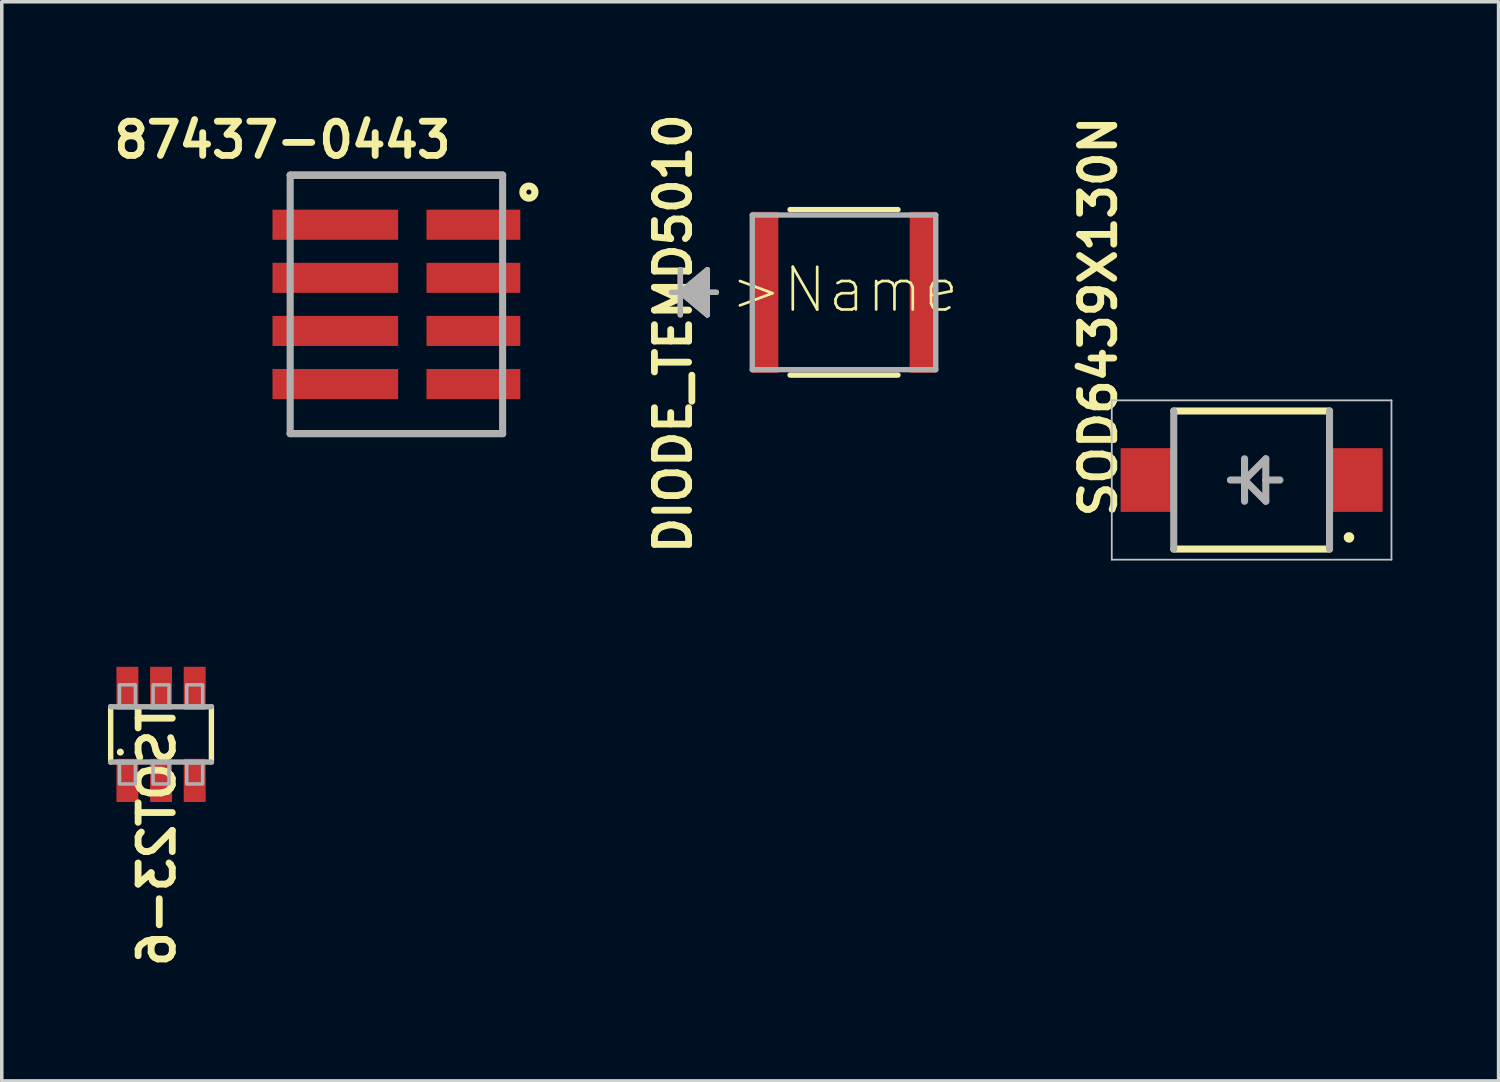
<source format=kicad_pcb>
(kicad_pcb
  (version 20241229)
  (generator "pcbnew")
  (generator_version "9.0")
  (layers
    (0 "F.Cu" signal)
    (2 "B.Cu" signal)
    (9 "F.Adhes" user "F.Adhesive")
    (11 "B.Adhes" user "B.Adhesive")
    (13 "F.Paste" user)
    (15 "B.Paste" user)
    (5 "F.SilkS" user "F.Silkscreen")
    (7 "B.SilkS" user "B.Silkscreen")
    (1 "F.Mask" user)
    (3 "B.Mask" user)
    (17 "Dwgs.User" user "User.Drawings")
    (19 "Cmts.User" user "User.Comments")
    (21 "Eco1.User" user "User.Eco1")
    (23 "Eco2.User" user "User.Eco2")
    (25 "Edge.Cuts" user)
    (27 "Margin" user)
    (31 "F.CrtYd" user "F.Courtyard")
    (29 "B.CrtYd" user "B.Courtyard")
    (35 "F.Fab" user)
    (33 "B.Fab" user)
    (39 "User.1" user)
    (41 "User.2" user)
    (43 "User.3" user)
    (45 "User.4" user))
  (footprint "87437-0443"
    (layer "F.Cu")
    (at 10.321 5.547)
    (property "Reference" "87437-0443" (at -5.394 -4.644 0) (layer "F.SilkS") (effects (font (size 0.965 0.965) (thickness 0.193))))
    (attr through_hole)
    (fp_line (start -5.175 -3.65) (end 0.825 -3.65) (stroke (width 0.2) (type solid)) (layer "F.SilkS"))
    (fp_line (start -5.175 3.65) (end 0.825 3.65) (stroke (width 0.2) (type solid)) (layer "F.SilkS"))
    (fp_circle (center 1.567 -3.171) (end 1.638 -3.171) (stroke (width 0.2) (type solid)) (fill no) (layer "F.SilkS"))
    (fp_line (start -5.175 -3.65) (end 0.825 -3.65) (stroke (width 0.2) (type solid)) (layer "F.Fab"))
    (fp_line (start -5.175 3.65) (end -5.175 -3.65) (stroke (width 0.2) (type solid)) (layer "F.Fab"))
    (fp_line (start 0.825 -3.65) (end 0.825 3.65) (stroke (width 0.2) (type solid)) (layer "F.Fab"))
    (fp_line (start 0.825 3.65) (end -5.175 3.65) (stroke (width 0.2) (type solid)) (layer "F.Fab"))
    (pad "1" smd rect (at 0 -2.25) (size 2.65 0.85) (layers "F.Cu" "F.Mask" "F.Paste"))
    (pad "2" smd rect (at 0 -0.75) (size 2.65 0.85) (layers "F.Cu" "F.Mask" "F.Paste"))
    (pad "3" smd rect (at 0 0.75) (size 2.65 0.85) (layers "F.Cu" "F.Mask" "F.Paste"))
    (pad "4" smd rect (at 0 2.25) (size 2.65 0.85) (layers "F.Cu" "F.Mask" "F.Paste"))
    (pad "5" smd rect (at -3.9 -2.25) (size 3.55 0.85) (layers "F.Cu" "F.Mask" "F.Paste"))
    (pad "6" smd rect (at -3.9 -0.75) (size 3.55 0.85) (layers "F.Cu" "F.Mask" "F.Paste"))
    (pad "7" smd rect (at -3.9 0.75) (size 3.55 0.85) (layers "F.Cu" "F.Mask" "F.Paste"))
    (pad "8" smd rect (at -3.9 2.25) (size 3.55 0.85) (layers "F.Cu" "F.Mask" "F.Paste")))
  (footprint "TSOT23-6"
    (layer "F.Cu")
    (at 1.499 17.693)
    (property "Reference" "TSOT23-6" (at 0.445 -0.953 270) (layer "F.SilkS") (effects (font (size 0.965 0.965) (thickness 0.193)) (justify left bottom mirror)))
    (attr through_hole)
    (fp_line (start -1.423 0.781) (end -1.423 -0.781) (stroke (width 0.152) (type solid)) (layer "F.SilkS"))
    (fp_line (start 1.422 -0.781) (end 1.422 0.781) (stroke (width 0.152) (type solid)) (layer "F.SilkS"))
    (fp_circle (center -1.15 0.5) (end -1.1 0.5) (stroke (width 0.1) (type solid)) (fill no) (layer "F.SilkS"))
    (fp_line (start -1.423 -0.781) (end 1.422 -0.781) (stroke (width 0.152) (type solid)) (layer "F.Fab"))
    (fp_line (start 1.422 0.781) (end -1.423 0.781) (stroke (width 0.152) (type solid)) (layer "F.Fab"))
    (fp_poly (pts (xy -1.175 -0.8) (xy -0.725 -0.8) (xy -0.725 -1.4) (xy -1.175 -1.4)) (stroke (width 0.1) (type solid)) (fill no) (layer "F.Fab"))
    (fp_poly (pts (xy -1.175 1.4) (xy -0.725 1.4) (xy -0.725 0.8) (xy -1.175 0.8)) (stroke (width 0.1) (type solid)) (fill no) (layer "F.Fab"))
    (fp_poly (pts (xy -0.225 -0.8) (xy 0.225 -0.8) (xy 0.225 -1.4) (xy -0.225 -1.4)) (stroke (width 0.1) (type solid)) (fill no) (layer "F.Fab"))
    (fp_poly (pts (xy -0.225 1.4) (xy 0.225 1.4) (xy 0.225 0.8) (xy -0.225 0.8)) (stroke (width 0.1) (type solid)) (fill no) (layer "F.Fab"))
    (fp_poly (pts (xy 0.725 -0.8) (xy 1.175 -0.8) (xy 1.175 -1.4) (xy 0.725 -1.4)) (stroke (width 0.1) (type solid)) (fill no) (layer "F.Fab"))
    (fp_poly (pts (xy 0.725 1.4) (xy 1.175 1.4) (xy 1.175 0.8) (xy 0.725 0.8)) (stroke (width 0.1) (type solid)) (fill no) (layer "F.Fab"))
    (pad "1" smd rect (at -0.95 1.3) (size 0.62 1.22) (layers "F.Cu" "F.Mask" "F.Paste"))
    (pad "2" smd rect (at 0 1.3) (size 0.62 1.22) (layers "F.Cu" "F.Mask" "F.Paste"))
    (pad "3" smd rect (at 0.95 1.3) (size 0.62 1.22) (layers "F.Cu" "F.Mask" "F.Paste"))
    (pad "4" smd rect (at 0.95 -1.3) (size 0.62 1.22) (layers "F.Cu" "F.Mask" "F.Paste"))
    (pad "5" smd rect (at 0 -1.3) (size 0.62 1.22) (layers "F.Cu" "F.Mask" "F.Paste"))
    (pad "6" smd rect (at -0.95 -1.3) (size 0.62 1.22) (layers "F.Cu" "F.Mask" "F.Paste")))
  (footprint "SOD6439X130N"
    (layer "F.Cu")
    (at 32.302 10.508)
    (property "Reference" "SOD6439X130N" (at -3.766 1.139 270) (layer "F.SilkS") (effects (font (size 0.965 0.965) (thickness 0.193)) (justify left bottom)))
    (attr through_hole)
    (fp_line (start -2.2 -1.95) (end 2.2 -1.95) (stroke (width 0.2) (type solid)) (layer "F.SilkS"))
    (fp_line (start 2.2 1.95) (end -2.2 1.95) (stroke (width 0.2) (type solid)) (layer "F.SilkS"))
    (fp_circle (center 2.75 1.621) (end 2.825 1.621) (stroke (width 0.15) (type solid)) (fill no) (layer "F.SilkS"))
    (fp_line (start -3.95 -2.25) (end 3.95 -2.25) (stroke (width 0.05) (type solid)) (layer "Dwgs.User"))
    (fp_line (start -3.95 2.25) (end -3.95 -2.25) (stroke (width 0.05) (type solid)) (layer "Dwgs.User"))
    (fp_line (start 3.95 -2.25) (end 3.95 2.25) (stroke (width 0.05) (type solid)) (layer "Dwgs.User"))
    (fp_line (start 3.95 2.25) (end -3.95 2.25) (stroke (width 0.05) (type solid)) (layer "Dwgs.User"))
    (fp_line (start -2.2 1.95) (end -2.2 -1.95) (stroke (width 0.2) (type solid)) (layer "F.Fab"))
    (fp_line (start -0.2 -0.6) (end -0.2 0) (stroke (width 0.2) (type solid)) (layer "F.Fab"))
    (fp_line (start -0.2 0) (end -0.6 0) (stroke (width 0.2) (type solid)) (layer "F.Fab"))
    (fp_line (start -0.2 0) (end -0.2 0.6) (stroke (width 0.2) (type solid)) (layer "F.Fab"))
    (fp_line (start -0.2 0) (end 0.4 -0.6) (stroke (width 0.2) (type solid)) (layer "F.Fab"))
    (fp_line (start 0.4 -0.6) (end 0.4 0) (stroke (width 0.2) (type solid)) (layer "F.Fab"))
    (fp_line (start 0.4 0) (end 0.4 0.6) (stroke (width 0.2) (type solid)) (layer "F.Fab"))
    (fp_line (start 0.4 0) (end 0.8 0) (stroke (width 0.2) (type solid)) (layer "F.Fab"))
    (fp_line (start 0.4 0.6) (end -0.2 0) (stroke (width 0.2) (type solid)) (layer "F.Fab"))
    (fp_line (start 2.2 -1.95) (end 2.2 1.95) (stroke (width 0.2) (type solid)) (layer "F.Fab"))
    (pad "A" smd rect (at 2.95 0) (size 1.5 1.8) (layers "F.Cu" "F.Mask" "F.Paste"))
    (pad "C" smd rect (at -2.95 0) (size 1.5 1.8) (layers "F.Cu" "F.Mask" "F.Paste")))
  (footprint "DIODE_TEMD5010"
    (layer "F.Cu")
    (at 20.789 5.207)
    (property "Reference" "DIODE_TEMD5010" (at -4.826 1.168 270) (layer "F.SilkS") (effects (font (size 0.965 0.965) (thickness 0.193))))
    (attr through_hole)
    (fp_line (start -4.623 -0.635) (end -4.623 0) (stroke (width 0.152) (type solid)) (layer "F.SilkS"))
    (fp_line (start -4.623 0) (end -4.877 0) (stroke (width 0.152) (type solid)) (layer "F.SilkS"))
    (fp_line (start -4.623 0) (end -4.623 0.635) (stroke (width 0.152) (type solid)) (layer "F.SilkS"))
    (fp_line (start -4.623 0) (end -3.861 -0.635) (stroke (width 0.152) (type solid)) (layer "F.SilkS"))
    (fp_line (start -4.623 0) (end -3.861 -0.508) (stroke (width 0.152) (type solid)) (layer "F.SilkS"))
    (fp_line (start -4.623 0) (end -3.861 -0.381) (stroke (width 0.152) (type solid)) (layer "F.SilkS"))
    (fp_line (start -4.623 0) (end -3.861 -0.254) (stroke (width 0.152) (type solid)) (layer "F.SilkS"))
    (fp_line (start -4.623 0) (end -3.861 -0.127) (stroke (width 0.152) (type solid)) (layer "F.SilkS"))
    (fp_line (start -4.623 0) (end -3.861 0.127) (stroke (width 0.152) (type solid)) (layer "F.SilkS"))
    (fp_line (start -4.623 0) (end -3.861 0.254) (stroke (width 0.152) (type solid)) (layer "F.SilkS"))
    (fp_line (start -4.623 0) (end -3.861 0.381) (stroke (width 0.152) (type solid)) (layer "F.SilkS"))
    (fp_line (start -4.623 0) (end -3.861 0.508) (stroke (width 0.152) (type solid)) (layer "F.SilkS"))
    (fp_line (start -4.623 0) (end -3.861 0.635) (stroke (width 0.152) (type solid)) (layer "F.SilkS"))
    (fp_line (start -3.861 -0.635) (end -3.861 0.635) (stroke (width 0.152) (type solid)) (layer "F.SilkS"))
    (fp_line (start -3.607 0) (end -4.623 0) (stroke (width 0.152) (type solid)) (layer "F.SilkS"))
    (fp_line (start -1.524 2.337) (end 1.524 2.337) (stroke (width 0.152) (type solid)) (layer "F.SilkS"))
    (fp_line (start 1.524 -2.337) (end -1.524 -2.337) (stroke (width 0.152) (type solid)) (layer "F.SilkS"))
    (fp_line (start -4.623 -0.635) (end -4.623 0) (stroke (width 0.152) (type solid)) (layer "F.Fab"))
    (fp_line (start -4.623 0) (end -4.877 0) (stroke (width 0.152) (type solid)) (layer "F.Fab"))
    (fp_line (start -4.623 0) (end -4.623 0.635) (stroke (width 0.152) (type solid)) (layer "F.Fab"))
    (fp_line (start -4.623 0) (end -3.861 -0.635) (stroke (width 0.152) (type solid)) (layer "F.Fab"))
    (fp_line (start -4.623 0) (end -3.861 -0.508) (stroke (width 0.152) (type solid)) (layer "F.Fab"))
    (fp_line (start -4.623 0) (end -3.861 -0.381) (stroke (width 0.152) (type solid)) (layer "F.Fab"))
    (fp_line (start -4.623 0) (end -3.861 -0.254) (stroke (width 0.152) (type solid)) (layer "F.Fab"))
    (fp_line (start -4.623 0) (end -3.861 -0.127) (stroke (width 0.152) (type solid)) (layer "F.Fab"))
    (fp_line (start -4.623 0) (end -3.861 0.127) (stroke (width 0.152) (type solid)) (layer "F.Fab"))
    (fp_line (start -4.623 0) (end -3.861 0.254) (stroke (width 0.152) (type solid)) (layer "F.Fab"))
    (fp_line (start -4.623 0) (end -3.861 0.381) (stroke (width 0.152) (type solid)) (layer "F.Fab"))
    (fp_line (start -4.623 0) (end -3.861 0.508) (stroke (width 0.152) (type solid)) (layer "F.Fab"))
    (fp_line (start -4.623 0) (end -3.861 0.635) (stroke (width 0.152) (type solid)) (layer "F.Fab"))
    (fp_line (start -3.861 -0.635) (end -3.861 0.635) (stroke (width 0.152) (type solid)) (layer "F.Fab"))
    (fp_line (start -3.607 0) (end -4.623 0) (stroke (width 0.152) (type solid)) (layer "F.Fab"))
    (fp_line (start -2.591 -2.184) (end -2.591 2.184) (stroke (width 0.152) (type solid)) (layer "F.Fab"))
    (fp_line (start -2.591 2.184) (end 2.591 2.184) (stroke (width 0.152) (type solid)) (layer "F.Fab"))
    (fp_line (start 2.591 -2.184) (end -2.591 -2.184) (stroke (width 0.152) (type solid)) (layer "F.Fab"))
    (fp_line (start 2.591 2.184) (end 2.591 -2.184) (stroke (width 0.152) (type solid)) (layer "F.Fab"))
    (fp_text user ">Name" (at -3.277 0.635 0) (layer "F.SilkS") (effects (font (size 1.206 1.206) (thickness 0.076)) (justify left bottom)))
    (pad "1" smd rect (at -2.229 0) (size 0.749 4.547) (layers "F.Cu" "F.Mask" "F.Paste"))
    (pad "2" smd rect (at 2.229 0) (size 0.749 4.547) (layers "F.Cu" "F.Mask" "F.Paste")))
  (gr_rect
    (start -3 -3)
    (end 39.277 27.48)
    (stroke (width 0.1) (type default))
    (fill no)
    (layer "Edge.Cuts")))
</source>
